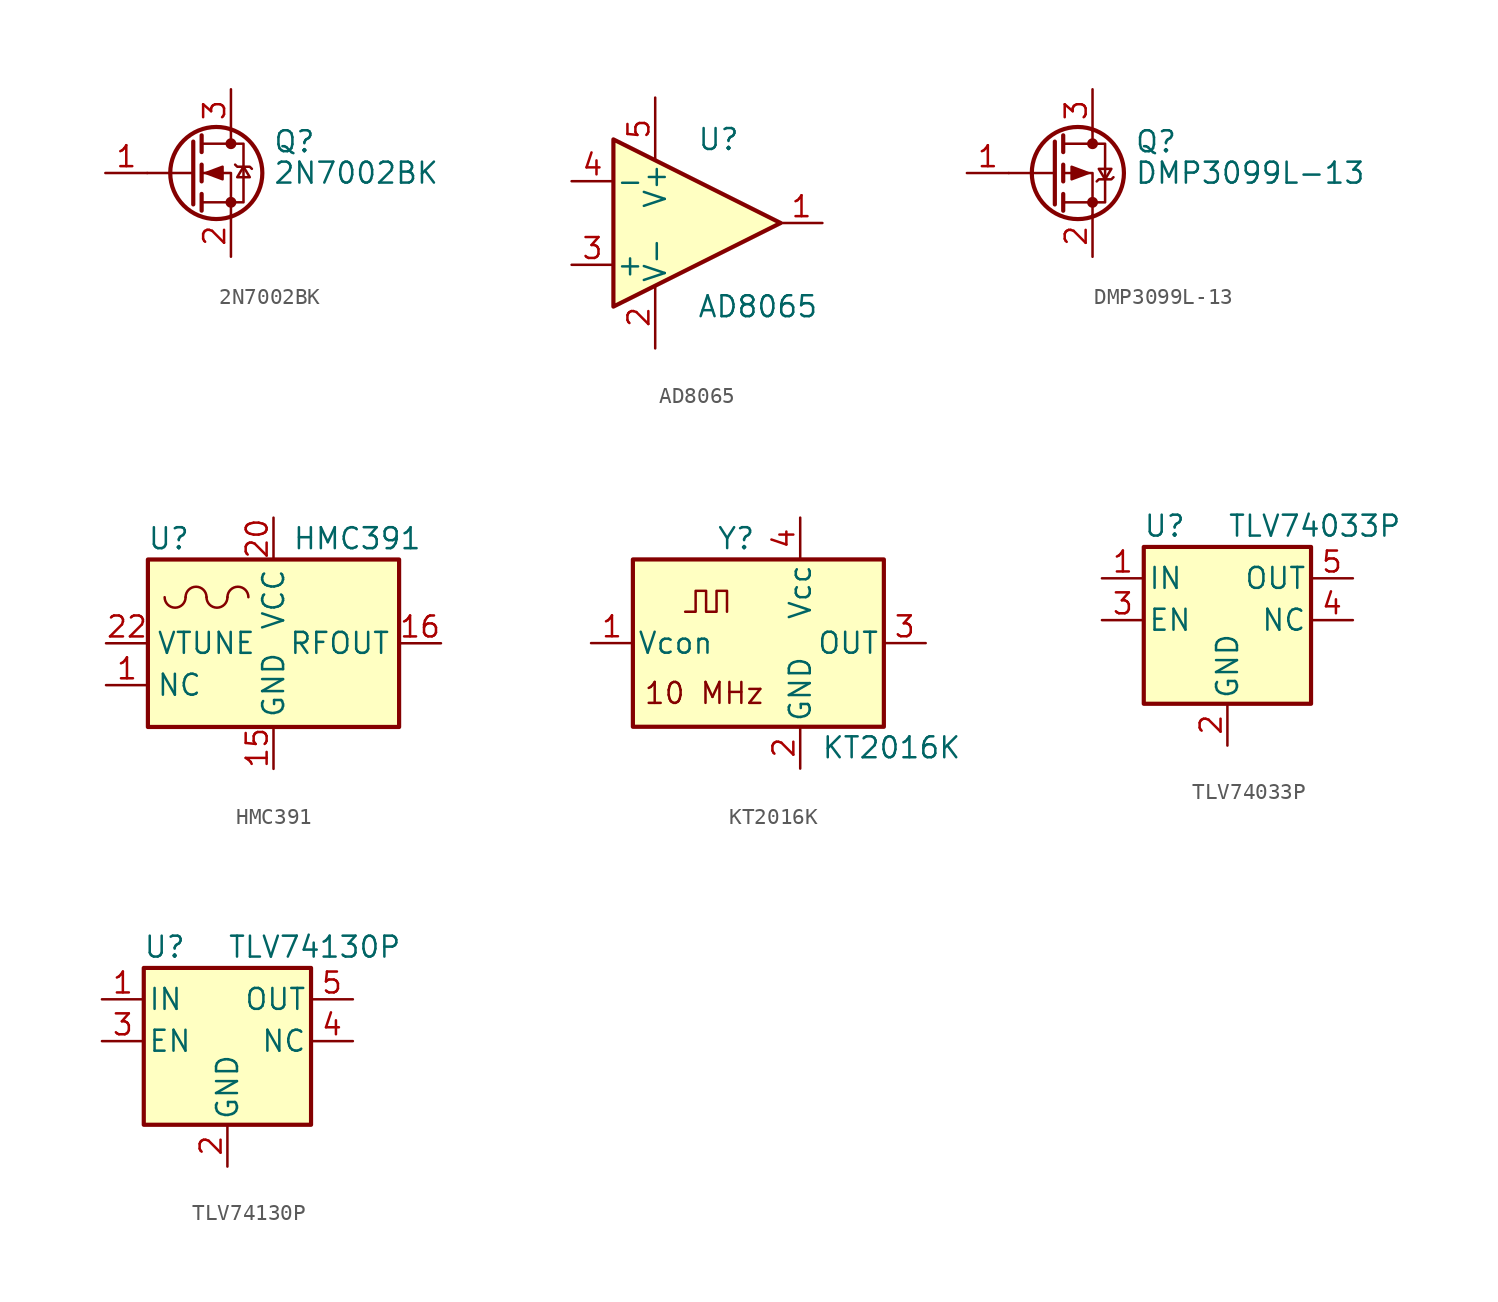
<source format=kicad_sym>
(kicad_symbol_lib
  (version 20241209)
  (generator "kicad_symbol_editor")
  (generator_version "9.0")
  (symbol "2N7002BK"
    (pin_names
      (hide yes))
    (property "Reference" "Q"
      (at 5.08 1.905 0)
      (effects (font (size 1.27 1.27)) (justify left)))
    (property "Value" "2N7002BK"
      (at 5.08 0 0)
      (effects (font (size 1.27 1.27)) (justify left)))
    (symbol "2N7002BK_0_1"
      (polyline (pts (xy 0.254 1.905) (xy 0.254 -1.905)) (stroke (width 0.254) (type default)) (fill (type none)))
      (polyline (pts (xy 0.254 0) (xy -2.54 0)) (stroke (width 0) (type default)) (fill (type none)))
      (polyline (pts (xy 0.762 2.286) (xy 0.762 1.27)) (stroke (width 0.254) (type default)) (fill (type none)))
      (polyline (pts (xy 0.762 0.508) (xy 0.762 -0.508)) (stroke (width 0.254) (type default)) (fill (type none)))
      (polyline (pts (xy 0.762 -1.27) (xy 0.762 -2.286)) (stroke (width 0.254) (type default)) (fill (type none)))
      (polyline (pts (xy 0.762 -1.778) (xy 3.302 -1.778) (xy 3.302 1.778) (xy 0.762 1.778)) (stroke (width 0) (type default)) (fill (type none)))
      (polyline (pts (xy 1.016 0) (xy 2.032 0.381) (xy 2.032 -0.381) (xy 1.016 0)) (stroke (width 0) (type default)) (fill (type outline)))
      (circle (center 1.651 0) (radius 2.794) (stroke (width 0.254) (type default)) (fill (type none)))
      (polyline (pts (xy 2.54 2.54) (xy 2.54 1.778)) (stroke (width 0) (type default)) (fill (type none)))
      (circle (center 2.54 1.778) (radius 0.254) (stroke (width 0) (type default)) (fill (type outline)))
      (circle (center 2.54 -1.778) (radius 0.254) (stroke (width 0) (type default)) (fill (type outline)))
      (polyline (pts (xy 2.54 -2.54) (xy 2.54 0) (xy 0.762 0)) (stroke (width 0) (type default)) (fill (type none)))
      (polyline (pts (xy 2.794 0.508) (xy 2.921 0.381) (xy 3.683 0.381) (xy 3.81 0.254)) (stroke (width 0) (type default)) (fill (type none)))
      (polyline (pts (xy 3.302 0.381) (xy 2.921 -0.254) (xy 3.683 -0.254) (xy 3.302 0.381)) (stroke (width 0) (type default)) (fill (type none))))
    (symbol "2N7002BK_1_1"
      (pin input line (at -5.08 0 0) (length 2.54) (name "G" (effects (font (size 1.27 1.27)))) (number "1" (effects (font (size 1.27 1.27)))))
      (pin passive line (at 2.54 5.08 270) (length 2.54) (name "D" (effects (font (size 1.27 1.27)))) (number "3" (effects (font (size 1.27 1.27)))))
      (pin passive line (at 2.54 -5.08 90) (length 2.54) (name "S" (effects (font (size 1.27 1.27)))) (number "2" (effects (font (size 1.27 1.27)))))))
  (symbol "AD8065"
    (pin_names
      (offset 0.127))
    (property "Reference" "U"
      (at 0 5.08 0)
      (effects (font (size 1.27 1.27)) (justify left)))
    (property "Value" "AD8065"
      (at 0 -5.08 0)
      (effects (font (size 1.27 1.27)) (justify left)))
    (symbol "AD8065_0_1"
      (polyline (pts (xy -5.08 5.08) (xy 5.08 0) (xy -5.08 -5.08) (xy -5.08 5.08)) (stroke (width 0.254) (type default)) (fill (type background)))
      (pin power_in line (at -2.54 7.62 270) (length 3.81) (name "V+" (effects (font (size 1.27 1.27)))) (number "5" (effects (font (size 1.27 1.27)))))
      (pin power_in line (at -2.54 -7.62 90) (length 3.81) (name "V-" (effects (font (size 1.27 1.27)))) (number "2" (effects (font (size 1.27 1.27))))))
    (symbol "AD8065_1_1"
      (pin input line (at -7.62 2.54 0) (length 2.54) (name "-" (effects (font (size 1.27 1.27)))) (number "4" (effects (font (size 1.27 1.27)))))
      (pin input line (at -7.62 -2.54 0) (length 2.54) (name "+" (effects (font (size 1.27 1.27)))) (number "3" (effects (font (size 1.27 1.27)))))
      (pin output line (at 7.62 0 180) (length 2.54) (name "~" (effects (font (size 1.27 1.27)))) (number "1" (effects (font (size 1.27 1.27)))))))
  (symbol "DMP3099L-13"
    (pin_names
      (hide yes))
    (property "Reference" "Q"
      (at 5.08 1.905 0)
      (effects (font (size 1.27 1.27)) (justify left)))
    (property "Value" "DMP3099L-13"
      (at 5.08 0 0)
      (effects (font (size 1.27 1.27)) (justify left)))
    (symbol "DMP3099L-13_0_1"
      (polyline (pts (xy 0.254 1.905) (xy 0.254 -1.905)) (stroke (width 0.254) (type default)) (fill (type none)))
      (polyline (pts (xy 0.254 0) (xy -2.54 0)) (stroke (width 0) (type default)) (fill (type none)))
      (polyline (pts (xy 0.762 2.286) (xy 0.762 1.27)) (stroke (width 0.254) (type default)) (fill (type none)))
      (polyline (pts (xy 0.762 1.778) (xy 3.302 1.778) (xy 3.302 -1.778) (xy 0.762 -1.778)) (stroke (width 0) (type default)) (fill (type none)))
      (polyline (pts (xy 0.762 0.508) (xy 0.762 -0.508)) (stroke (width 0.254) (type default)) (fill (type none)))
      (polyline (pts (xy 0.762 -1.27) (xy 0.762 -2.286)) (stroke (width 0.254) (type default)) (fill (type none)))
      (circle (center 1.651 0) (radius 2.794) (stroke (width 0.254) (type default)) (fill (type none)))
      (polyline (pts (xy 2.286 0) (xy 1.27 0.381) (xy 1.27 -0.381) (xy 2.286 0)) (stroke (width 0) (type default)) (fill (type outline)))
      (polyline (pts (xy 2.54 2.54) (xy 2.54 1.778)) (stroke (width 0) (type default)) (fill (type none)))
      (circle (center 2.54 1.778) (radius 0.254) (stroke (width 0) (type default)) (fill (type outline)))
      (circle (center 2.54 -1.778) (radius 0.254) (stroke (width 0) (type default)) (fill (type outline)))
      (polyline (pts (xy 2.54 -2.54) (xy 2.54 0) (xy 0.762 0)) (stroke (width 0) (type default)) (fill (type none)))
      (polyline (pts (xy 2.794 -0.508) (xy 2.921 -0.381) (xy 3.683 -0.381) (xy 3.81 -0.254)) (stroke (width 0) (type default)) (fill (type none)))
      (polyline (pts (xy 3.302 -0.381) (xy 2.921 0.254) (xy 3.683 0.254) (xy 3.302 -0.381)) (stroke (width 0) (type default)) (fill (type none))))
    (symbol "DMP3099L-13_1_1"
      (pin passive line (at -5.08 0 0) (length 2.54) (name "G" (effects (font (size 1.27 1.27)))) (number "1" (effects (font (size 1.27 1.27)))))
      (pin passive line (at 2.54 5.08 270) (length 2.54) (name "D" (effects (font (size 1.27 1.27)))) (number "3" (effects (font (size 1.27 1.27)))))
      (pin passive line (at 2.54 -5.08 90) (length 2.54) (name "S" (effects (font (size 1.27 1.27)))) (number "2" (effects (font (size 1.27 1.27)))))))
  (symbol "HMC391"
    (property "Reference" "U"
      (at -6.35 6.35 0)
      (effects (font (size 1.27 1.27))))
    (property "Value" "HMC391"
      (at 5.08 6.35 0)
      (effects (font (size 1.27 1.27))))
    (symbol "HMC391_0_1"
      (rectangle (start -7.62 5.08) (end 7.62 -5.08) (stroke (width 0.254) (type default)) (fill (type background)))
      (arc (start -5.334 2.794) (mid -5.969 2.1617) (end -6.604 2.794) (stroke (width 0) (type default)) (fill (type none)))
      (arc (start -5.334 2.794) (mid -4.699 3.4263) (end -4.064 2.794) (stroke (width 0) (type default)) (fill (type none)))
      (arc (start -2.794 2.794) (mid -3.429 2.1617) (end -4.064 2.794) (stroke (width 0) (type default)) (fill (type none)))
      (arc (start -2.794 2.794) (mid -2.159 3.4263) (end -1.524 2.794) (stroke (width 0) (type default)) (fill (type none))))
    (symbol "HMC391_1_1"
      (pin input line (at -10.16 0 0) (length 2.54) (name "VTUNE" (effects (font (size 1.27 1.27)))) (number "22" (effects (font (size 1.27 1.27)))))
      (pin passive line (at -10.16 -2.54 0) (length 2.54) (name "NC" (effects (font (size 1.27 1.27)))) (number "1" (effects (font (size 1.27 1.27)))))
      (pin passive line (at -10.16 -2.54 0) (length 2.54) (hide yes) (name "NC" (effects (font (size 1.27 1.27)))) (number "10" (effects (font (size 1.27 1.27)))))
      (pin passive line (at -10.16 -2.54 0) (length 2.54) (hide yes) (name "NC" (effects (font (size 1.27 1.27)))) (number "11" (effects (font (size 1.27 1.27)))))
      (pin passive line (at -10.16 -2.54 0) (length 2.54) (hide yes) (name "NC" (effects (font (size 1.27 1.27)))) (number "12" (effects (font (size 1.27 1.27)))))
      (pin passive line (at -10.16 -2.54 0) (length 2.54) (hide yes) (name "NC" (effects (font (size 1.27 1.27)))) (number "13" (effects (font (size 1.27 1.27)))))
      (pin passive line (at -10.16 -2.54 0) (length 2.54) (hide yes) (name "NC" (effects (font (size 1.27 1.27)))) (number "14" (effects (font (size 1.27 1.27)))))
      (pin passive line (at -10.16 -2.54 0) (length 2.54) (hide yes) (name "NC" (effects (font (size 1.27 1.27)))) (number "17" (effects (font (size 1.27 1.27)))))
      (pin passive line (at -10.16 -2.54 0) (length 2.54) (hide yes) (name "NC" (effects (font (size 1.27 1.27)))) (number "18" (effects (font (size 1.27 1.27)))))
      (pin passive line (at -10.16 -2.54 0) (length 2.54) (hide yes) (name "NC" (effects (font (size 1.27 1.27)))) (number "19" (effects (font (size 1.27 1.27)))))
      (pin passive line (at -10.16 -2.54 0) (length 2.54) (hide yes) (name "NC" (effects (font (size 1.27 1.27)))) (number "2" (effects (font (size 1.27 1.27)))))
      (pin passive line (at -10.16 -2.54 0) (length 2.54) (hide yes) (name "NC" (effects (font (size 1.27 1.27)))) (number "21" (effects (font (size 1.27 1.27)))))
      (pin passive line (at -10.16 -2.54 0) (length 2.54) (hide yes) (name "NC" (effects (font (size 1.27 1.27)))) (number "23" (effects (font (size 1.27 1.27)))))
      (pin passive line (at -10.16 -2.54 0) (length 2.54) (hide yes) (name "NC" (effects (font (size 1.27 1.27)))) (number "24" (effects (font (size 1.27 1.27)))))
      (pin passive line (at -10.16 -2.54 0) (length 2.54) (hide yes) (name "NC" (effects (font (size 1.27 1.27)))) (number "3" (effects (font (size 1.27 1.27)))))
      (pin passive line (at -10.16 -2.54 0) (length 2.54) (hide yes) (name "NC" (effects (font (size 1.27 1.27)))) (number "4" (effects (font (size 1.27 1.27)))))
      (pin passive line (at -10.16 -2.54 0) (length 2.54) (hide yes) (name "NC" (effects (font (size 1.27 1.27)))) (number "5" (effects (font (size 1.27 1.27)))))
      (pin passive line (at -10.16 -2.54 0) (length 2.54) (hide yes) (name "NC" (effects (font (size 1.27 1.27)))) (number "6" (effects (font (size 1.27 1.27)))))
      (pin passive line (at -10.16 -2.54 0) (length 2.54) (hide yes) (name "NC" (effects (font (size 1.27 1.27)))) (number "7" (effects (font (size 1.27 1.27)))))
      (pin passive line (at -10.16 -2.54 0) (length 2.54) (hide yes) (name "NC" (effects (font (size 1.27 1.27)))) (number "8" (effects (font (size 1.27 1.27)))))
      (pin passive line (at -10.16 -2.54 0) (length 2.54) (hide yes) (name "NC" (effects (font (size 1.27 1.27)))) (number "9" (effects (font (size 1.27 1.27)))))
      (pin power_in line (at 0 7.62 270) (length 2.54) (name "VCC" (effects (font (size 1.27 1.27)))) (number "20" (effects (font (size 1.27 1.27)))))
      (pin power_in line (at 0 -7.62 90) (length 2.54) (name "GND" (effects (font (size 1.27 1.27)))) (number "15" (effects (font (size 1.27 1.27)))))
      (pin passive line (at 0 -7.62 90) (length 2.54) (hide yes) (name "GND" (effects (font (size 1.27 1.27)))) (number "25" (effects (font (size 1.27 1.27)))))
      (pin output line (at 10.16 0 180) (length 2.54) (name "RFOUT" (effects (font (size 1.27 1.27)))) (number "16" (effects (font (size 1.27 1.27)))))))
  (symbol "KT2016K"
    (pin_names
      (offset 0.254))
    (property "Reference" "Y"
      (at -5.08 6.35 0)
      (effects (font (size 1.27 1.27)) (justify left)))
    (property "Value" "KT2016K"
      (at 1.27 -6.35 0)
      (effects (font (size 1.27 1.27)) (justify left)))
    (symbol "KT2016K_0_1"
      (rectangle (start -10.16 5.08) (end 5.08 -5.08) (stroke (width 0.254) (type default)) (fill (type background)))
      (polyline (pts (xy -6.985 1.905) (xy -6.35 1.905) (xy -6.35 3.175) (xy -5.715 3.175) (xy -5.715 1.905) (xy -5.08 1.905) (xy -5.08 3.175) (xy -4.445 3.175) (xy -4.445 1.905)) (stroke (width 0) (type default)) (fill (type none))))
    (symbol "KT2016K_1_1"
      (text "10 MHz" (at -5.842 -3.048 0) (effects (font (size 1.27 1.27))))
      (pin input line (at -12.7 0 0) (length 2.54) (name "Vcon" (effects (font (size 1.27 1.27)))) (number "1" (effects (font (size 1.27 1.27)))))
      (pin power_in line (at 0 7.62 270) (length 2.54) (name "Vcc" (effects (font (size 1.27 1.27)))) (number "4" (effects (font (size 1.27 1.27)))))
      (pin power_in line (at 0 -7.62 90) (length 2.54) (name "GND" (effects (font (size 1.27 1.27)))) (number "2" (effects (font (size 1.27 1.27)))))
      (pin output line (at 7.62 0 180) (length 2.54) (name "OUT" (effects (font (size 1.27 1.27)))) (number "3" (effects (font (size 1.27 1.27)))))))
  (symbol "TLV74033P"
    (pin_names
      (offset 0.254))
    (property "Reference" "U"
      (at -3.81 5.715 0)
      (effects (font (size 1.27 1.27))))
    (property "Value" "TLV74033P"
      (at 0 5.715 0)
      (effects (font (size 1.27 1.27)) (justify left)))
    (symbol "TLV74033P_0_1"
      (rectangle (start -5.08 4.445) (end 5.08 -5.08) (stroke (width 0.254) (type default)) (fill (type background))))
    (symbol "TLV74033P_1_1"
      (pin power_in line (at -7.62 2.54 0) (length 2.54) (name "IN" (effects (font (size 1.27 1.27)))) (number "1" (effects (font (size 1.27 1.27)))))
      (pin input line (at -7.62 0 0) (length 2.54) (name "EN" (effects (font (size 1.27 1.27)))) (number "3" (effects (font (size 1.27 1.27)))))
      (pin power_in line (at 0 -7.62 90) (length 2.54) (name "GND" (effects (font (size 1.27 1.27)))) (number "2" (effects (font (size 1.27 1.27)))))
      (pin power_out line (at 7.62 2.54 180) (length 2.54) (name "OUT" (effects (font (size 1.27 1.27)))) (number "5" (effects (font (size 1.27 1.27)))))
      (pin passive line (at 7.62 0 180) (length 2.54) (name "NC" (effects (font (size 1.27 1.27)))) (number "4" (effects (font (size 1.27 1.27)))))))
  (symbol "TLV74130P"
    (pin_names
      (offset 0.254))
    (property "Reference" "U"
      (at -3.81 5.715 0)
      (effects (font (size 1.27 1.27))))
    (property "Value" "TLV74130P"
      (at 0 5.715 0)
      (effects (font (size 1.27 1.27)) (justify left)))
    (symbol "TLV74130P_0_1"
      (rectangle (start -5.08 4.445) (end 5.08 -5.08) (stroke (width 0.254) (type default)) (fill (type background))))
    (symbol "TLV74130P_1_1"
      (pin power_in line (at -7.62 2.54 0) (length 2.54) (name "IN" (effects (font (size 1.27 1.27)))) (number "1" (effects (font (size 1.27 1.27)))))
      (pin input line (at -7.62 0 0) (length 2.54) (name "EN" (effects (font (size 1.27 1.27)))) (number "3" (effects (font (size 1.27 1.27)))))
      (pin power_in line (at 0 -7.62 90) (length 2.54) (name "GND" (effects (font (size 1.27 1.27)))) (number "2" (effects (font (size 1.27 1.27)))))
      (pin power_out line (at 7.62 2.54 180) (length 2.54) (name "OUT" (effects (font (size 1.27 1.27)))) (number "5" (effects (font (size 1.27 1.27)))))
      (pin passive line (at 7.62 0 180) (length 2.54) (name "NC" (effects (font (size 1.27 1.27)))) (number "4" (effects (font (size 1.27 1.27))))))))
</source>
